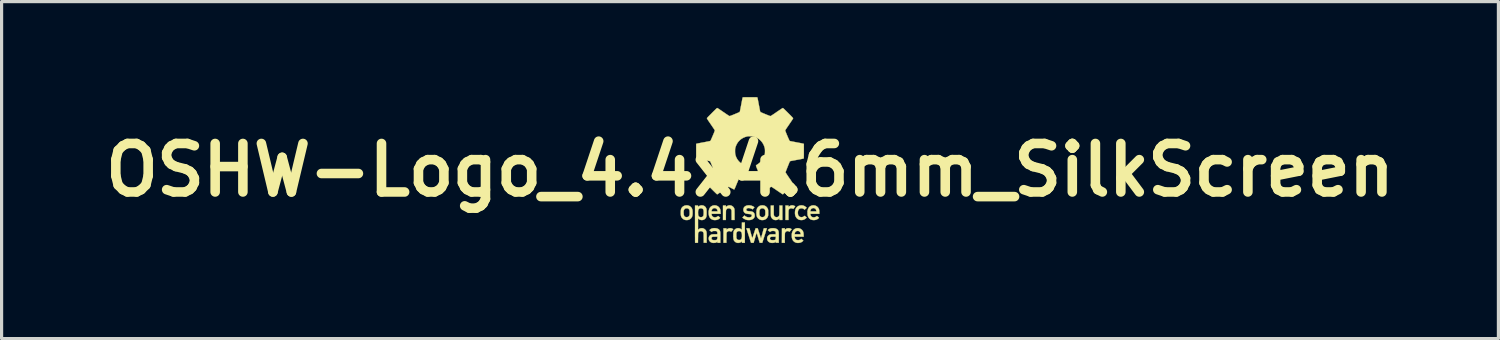
<source format=kicad_pcb>
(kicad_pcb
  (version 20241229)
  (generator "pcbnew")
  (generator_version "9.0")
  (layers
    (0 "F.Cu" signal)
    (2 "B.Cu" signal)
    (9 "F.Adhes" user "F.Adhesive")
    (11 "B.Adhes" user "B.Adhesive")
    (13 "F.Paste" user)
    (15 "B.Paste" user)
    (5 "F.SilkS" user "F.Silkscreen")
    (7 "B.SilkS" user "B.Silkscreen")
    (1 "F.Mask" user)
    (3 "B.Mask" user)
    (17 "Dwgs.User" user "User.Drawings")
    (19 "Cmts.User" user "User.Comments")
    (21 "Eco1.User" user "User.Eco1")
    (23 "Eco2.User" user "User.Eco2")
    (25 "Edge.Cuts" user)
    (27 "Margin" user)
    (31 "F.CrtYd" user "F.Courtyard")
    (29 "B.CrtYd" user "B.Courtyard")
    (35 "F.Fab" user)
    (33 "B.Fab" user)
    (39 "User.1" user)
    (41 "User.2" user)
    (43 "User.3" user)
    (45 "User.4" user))
  (footprint "OSHW-Logo_4.4x4.6mm_SilkScreen"
    (layer "F.Cu")
    (at 20.509 2.291)
    (property "Reference" "OSHW-Logo_4.4x4.6mm_SilkScreen" (at 0 0 0) (layer "F.SilkS") (effects (font (size 1.524 1.524) (thickness 0.3))))
    (attr through_hole)
    (fp_poly (pts (xy 1.349 1.11) (xy 1.362 1.113) (xy 1.377 1.119) (xy 1.392 1.125) (xy 1.405 1.131) (xy 1.414 1.137) (xy 1.418 1.141) (xy 1.416 1.146) (xy 1.41 1.155) (xy 1.401 1.167) (xy 1.39 1.181) (xy 1.387 1.184) (xy 1.356 1.222) (xy 1.341 1.212) (xy 1.33 1.207) (xy 1.318 1.203) (xy 1.302 1.202) (xy 1.277 1.202) (xy 1.257 1.208) (xy 1.24 1.219) (xy 1.233 1.226) (xy 1.227 1.232) (xy 1.222 1.237) (xy 1.218 1.244) (xy 1.215 1.251) (xy 1.213 1.26) (xy 1.211 1.272) (xy 1.21 1.287) (xy 1.209 1.307) (xy 1.209 1.33) (xy 1.208 1.36) (xy 1.208 1.395) (xy 1.208 1.419) (xy 1.208 1.568) (xy 1.114 1.568) (xy 1.114 1.114) (xy 1.208 1.114) (xy 1.208 1.161) (xy 1.223 1.147) (xy 1.246 1.13) (xy 1.272 1.118) (xy 1.302 1.11) (xy 1.331 1.108) (xy 1.349 1.11)) (stroke (width 0.01) (type solid)) (fill yes) (layer "F.SilkS"))
    (fp_poly (pts (xy 1.258 1.833) (xy 1.266 1.836) (xy 1.28 1.842) (xy 1.292 1.848) (xy 1.297 1.852) (xy 1.308 1.861) (xy 1.287 1.886) (xy 1.276 1.899) (xy 1.265 1.912) (xy 1.256 1.922) (xy 1.255 1.924) (xy 1.243 1.938) (xy 1.226 1.929) (xy 1.203 1.92) (xy 1.179 1.917) (xy 1.156 1.921) (xy 1.135 1.93) (xy 1.119 1.943) (xy 1.114 1.949) (xy 1.109 1.954) (xy 1.105 1.961) (xy 1.102 1.968) (xy 1.099 1.977) (xy 1.097 1.988) (xy 1.096 2.003) (xy 1.095 2.021) (xy 1.094 2.045) (xy 1.094 2.073) (xy 1.093 2.108) (xy 1.093 2.136) (xy 1.092 2.286) (xy 1.001 2.286) (xy 1.003 1.831) (xy 1.048 1.83) (xy 1.092 1.829) (xy 1.092 1.852) (xy 1.093 1.864) (xy 1.093 1.873) (xy 1.094 1.876) (xy 1.098 1.874) (xy 1.105 1.868) (xy 1.111 1.863) (xy 1.136 1.845) (xy 1.164 1.833) (xy 1.195 1.827) (xy 1.227 1.827) (xy 1.258 1.833)) (stroke (width 0.01) (type solid)) (fill yes) (layer "F.SilkS"))
    (fp_poly (pts (xy -0.579 1.832) (xy -0.55 1.845) (xy -0.539 1.851) (xy -0.526 1.86) (xy -0.559 1.899) (xy -0.571 1.913) (xy -0.581 1.925) (xy -0.589 1.933) (xy -0.593 1.937) (xy -0.593 1.938) (xy -0.597 1.936) (xy -0.604 1.932) (xy -0.61 1.929) (xy -0.633 1.92) (xy -0.656 1.917) (xy -0.679 1.92) (xy -0.7 1.93) (xy -0.718 1.944) (xy -0.728 1.958) (xy -0.738 1.976) (xy -0.74 2.13) (xy -0.742 2.284) (xy -0.787 2.285) (xy -0.807 2.285) (xy -0.82 2.285) (xy -0.829 2.284) (xy -0.832 2.282) (xy -0.833 2.282) (xy -0.833 2.277) (xy -0.833 2.266) (xy -0.834 2.249) (xy -0.834 2.227) (xy -0.834 2.2) (xy -0.834 2.169) (xy -0.834 2.134) (xy -0.834 2.097) (xy -0.834 2.057) (xy -0.834 2.054) (xy -0.833 1.831) (xy -0.742 1.831) (xy -0.741 1.854) (xy -0.74 1.876) (xy -0.726 1.864) (xy -0.7 1.845) (xy -0.672 1.833) (xy -0.641 1.827) (xy -0.61 1.826) (xy -0.579 1.832)) (stroke (width 0.01) (type solid)) (fill yes) (layer "F.SilkS"))
    (fp_poly (pts (xy -0.6 1.114) (xy -0.572 1.124) (xy -0.547 1.14) (xy -0.525 1.16) (xy -0.507 1.184) (xy -0.494 1.212) (xy -0.49 1.227) (xy -0.489 1.234) (xy -0.488 1.248) (xy -0.488 1.268) (xy -0.487 1.294) (xy -0.487 1.324) (xy -0.486 1.358) (xy -0.486 1.396) (xy -0.486 1.405) (xy -0.486 1.568) (xy -0.577 1.568) (xy -0.578 1.418) (xy -0.579 1.268) (xy -0.59 1.246) (xy -0.603 1.226) (xy -0.62 1.213) (xy -0.64 1.204) (xy -0.661 1.202) (xy -0.676 1.202) (xy -0.69 1.203) (xy -0.699 1.205) (xy -0.715 1.213) (xy -0.73 1.226) (xy -0.743 1.242) (xy -0.749 1.252) (xy -0.751 1.256) (xy -0.752 1.261) (xy -0.754 1.266) (xy -0.755 1.274) (xy -0.755 1.284) (xy -0.756 1.297) (xy -0.757 1.314) (xy -0.757 1.335) (xy -0.757 1.362) (xy -0.758 1.396) (xy -0.758 1.418) (xy -0.759 1.568) (xy -0.849 1.568) (xy -0.849 1.114) (xy -0.758 1.114) (xy -0.758 1.162) (xy -0.741 1.146) (xy -0.715 1.128) (xy -0.687 1.116) (xy -0.658 1.109) (xy -0.628 1.109) (xy -0.6 1.114)) (stroke (width 0.01) (type solid)) (fill yes) (layer "F.SilkS"))
    (fp_poly (pts (xy 0.745 1.264) (xy 0.745 1.301) (xy 0.745 1.331) (xy 0.745 1.356) (xy 0.746 1.375) (xy 0.746 1.391) (xy 0.747 1.402) (xy 0.748 1.411) (xy 0.749 1.417) (xy 0.75 1.423) (xy 0.752 1.427) (xy 0.753 1.43) (xy 0.767 1.451) (xy 0.783 1.466) (xy 0.804 1.476) (xy 0.825 1.48) (xy 0.849 1.48) (xy 0.868 1.475) (xy 0.885 1.465) (xy 0.896 1.456) (xy 0.902 1.449) (xy 0.907 1.443) (xy 0.912 1.437) (xy 0.915 1.43) (xy 0.918 1.421) (xy 0.92 1.41) (xy 0.921 1.396) (xy 0.922 1.377) (xy 0.923 1.355) (xy 0.924 1.327) (xy 0.924 1.293) (xy 0.924 1.262) (xy 0.926 1.114) (xy 1.016 1.114) (xy 1.016 1.568) (xy 0.925 1.568) (xy 0.925 1.544) (xy 0.925 1.532) (xy 0.923 1.523) (xy 0.922 1.52) (xy 0.918 1.523) (xy 0.918 1.524) (xy 0.915 1.528) (xy 0.908 1.535) (xy 0.897 1.543) (xy 0.885 1.551) (xy 0.873 1.558) (xy 0.863 1.562) (xy 0.84 1.568) (xy 0.814 1.571) (xy 0.788 1.571) (xy 0.782 1.57) (xy 0.754 1.563) (xy 0.726 1.55) (xy 0.702 1.531) (xy 0.682 1.508) (xy 0.666 1.481) (xy 0.657 1.455) (xy 0.656 1.447) (xy 0.655 1.433) (xy 0.655 1.413) (xy 0.654 1.388) (xy 0.654 1.358) (xy 0.653 1.323) (xy 0.653 1.286) (xy 0.653 1.276) (xy 0.653 1.114) (xy 0.744 1.114) (xy 0.745 1.264)) (stroke (width 0.01) (type solid)) (fill yes) (layer "F.SilkS"))
    (fp_poly (pts (xy 1.653 1.112) (xy 1.688 1.121) (xy 1.72 1.137) (xy 1.751 1.159) (xy 1.757 1.165) (xy 1.78 1.186) (xy 1.758 1.206) (xy 1.746 1.217) (xy 1.734 1.228) (xy 1.725 1.235) (xy 1.724 1.236) (xy 1.713 1.245) (xy 1.698 1.232) (xy 1.675 1.215) (xy 1.65 1.205) (xy 1.623 1.201) (xy 1.62 1.201) (xy 1.589 1.204) (xy 1.563 1.212) (xy 1.542 1.226) (xy 1.526 1.245) (xy 1.513 1.27) (xy 1.506 1.301) (xy 1.503 1.324) (xy 1.503 1.35) (xy 1.505 1.376) (xy 1.509 1.399) (xy 1.511 1.407) (xy 1.522 1.432) (xy 1.539 1.452) (xy 1.56 1.467) (xy 1.585 1.476) (xy 1.608 1.48) (xy 1.635 1.479) (xy 1.659 1.473) (xy 1.681 1.462) (xy 1.693 1.453) (xy 1.702 1.446) (xy 1.708 1.441) (xy 1.714 1.44) (xy 1.72 1.442) (xy 1.728 1.447) (xy 1.739 1.457) (xy 1.754 1.471) (xy 1.754 1.471) (xy 1.78 1.495) (xy 1.757 1.516) (xy 1.727 1.54) (xy 1.693 1.557) (xy 1.657 1.568) (xy 1.619 1.572) (xy 1.593 1.571) (xy 1.555 1.564) (xy 1.52 1.551) (xy 1.49 1.532) (xy 1.465 1.508) (xy 1.444 1.478) (xy 1.437 1.465) (xy 1.424 1.434) (xy 1.416 1.4) (xy 1.412 1.363) (xy 1.412 1.341) (xy 1.414 1.3) (xy 1.42 1.263) (xy 1.431 1.229) (xy 1.436 1.217) (xy 1.455 1.185) (xy 1.479 1.159) (xy 1.507 1.137) (xy 1.54 1.122) (xy 1.575 1.112) (xy 1.614 1.109) (xy 1.615 1.109) (xy 1.653 1.112)) (stroke (width 0.01) (type solid)) (fill yes) (layer "F.SilkS"))
    (fp_poly (pts (xy -1.078 1.112) (xy -1.043 1.121) (xy -1.012 1.137) (xy -0.984 1.159) (xy -0.961 1.187) (xy -0.957 1.192) (xy -0.947 1.209) (xy -0.939 1.226) (xy -0.934 1.245) (xy -0.93 1.267) (xy -0.927 1.293) (xy -0.926 1.318) (xy -0.924 1.375) (xy -1.208 1.375) (xy -1.208 1.387) (xy -1.205 1.413) (xy -1.195 1.435) (xy -1.18 1.455) (xy -1.16 1.471) (xy -1.135 1.482) (xy -1.117 1.486) (xy -1.094 1.486) (xy -1.069 1.482) (xy -1.045 1.473) (xy -1.022 1.46) (xy -1.013 1.453) (xy -1.001 1.444) (xy -0.973 1.467) (xy -0.958 1.48) (xy -0.947 1.489) (xy -0.941 1.496) (xy -0.94 1.501) (xy -0.943 1.507) (xy -0.949 1.513) (xy -0.956 1.52) (xy -0.986 1.542) (xy -1.019 1.558) (xy -1.056 1.568) (xy -1.097 1.572) (xy -1.129 1.571) (xy -1.164 1.564) (xy -1.197 1.551) (xy -1.226 1.533) (xy -1.251 1.51) (xy -1.27 1.483) (xy -1.273 1.477) (xy -1.284 1.45) (xy -1.293 1.417) (xy -1.298 1.381) (xy -1.3 1.344) (xy -1.299 1.306) (xy -1.296 1.289) (xy -1.208 1.289) (xy -1.208 1.299) (xy -1.02 1.299) (xy -1.02 1.289) (xy -1.023 1.266) (xy -1.032 1.244) (xy -1.047 1.224) (xy -1.065 1.208) (xy -1.072 1.204) (xy -1.089 1.198) (xy -1.109 1.196) (xy -1.13 1.196) (xy -1.149 1.201) (xy -1.156 1.204) (xy -1.175 1.217) (xy -1.19 1.235) (xy -1.201 1.257) (xy -1.208 1.279) (xy -1.208 1.289) (xy -1.296 1.289) (xy -1.294 1.27) (xy -1.29 1.252) (xy -1.277 1.215) (xy -1.26 1.183) (xy -1.238 1.157) (xy -1.211 1.136) (xy -1.181 1.121) (xy -1.147 1.112) (xy -1.116 1.109) (xy -1.078 1.112)) (stroke (width 0.01) (type solid)) (fill yes) (layer "F.SilkS"))
    (fp_poly (pts (xy -0.163 2.286) (xy -0.254 2.286) (xy -0.254 2.238) (xy -0.268 2.251) (xy -0.293 2.269) (xy -0.322 2.281) (xy -0.353 2.288) (xy -0.385 2.289) (xy -0.416 2.283) (xy -0.419 2.282) (xy -0.445 2.271) (xy -0.469 2.254) (xy -0.49 2.233) (xy -0.506 2.21) (xy -0.514 2.19) (xy -0.517 2.172) (xy -0.521 2.149) (xy -0.523 2.121) (xy -0.524 2.09) (xy -0.525 2.058) (xy -0.525 2.057) (xy -0.43 2.057) (xy -0.43 2.083) (xy -0.43 2.102) (xy -0.429 2.116) (xy -0.429 2.126) (xy -0.427 2.134) (xy -0.425 2.141) (xy -0.423 2.147) (xy -0.42 2.152) (xy -0.408 2.172) (xy -0.393 2.186) (xy -0.373 2.194) (xy -0.35 2.197) (xy -0.336 2.197) (xy -0.317 2.195) (xy -0.301 2.189) (xy -0.296 2.187) (xy -0.282 2.175) (xy -0.271 2.16) (xy -0.263 2.139) (xy -0.257 2.113) (xy -0.254 2.081) (xy -0.254 2.057) (xy -0.255 2.024) (xy -0.258 1.997) (xy -0.263 1.975) (xy -0.27 1.957) (xy -0.28 1.943) (xy -0.288 1.935) (xy -0.305 1.925) (xy -0.326 1.918) (xy -0.349 1.917) (xy -0.371 1.92) (xy -0.388 1.927) (xy -0.4 1.934) (xy -0.409 1.943) (xy -0.417 1.956) (xy -0.422 1.965) (xy -0.424 1.972) (xy -0.427 1.978) (xy -0.428 1.985) (xy -0.429 1.995) (xy -0.43 2.008) (xy -0.43 2.026) (xy -0.43 2.049) (xy -0.43 2.057) (xy -0.525 2.057) (xy -0.525 2.025) (xy -0.523 1.995) (xy -0.521 1.967) (xy -0.518 1.944) (xy -0.517 1.94) (xy -0.51 1.915) (xy -0.499 1.894) (xy -0.482 1.874) (xy -0.477 1.868) (xy -0.451 1.848) (xy -0.423 1.834) (xy -0.393 1.827) (xy -0.362 1.826) (xy -0.331 1.832) (xy -0.301 1.844) (xy -0.272 1.863) (xy -0.272 1.863) (xy -0.256 1.876) (xy -0.254 1.647) (xy -0.163 1.647) (xy -0.163 2.286)) (stroke (width 0.01) (type solid)) (fill yes) (layer "F.SilkS"))
    (fp_poly (pts (xy 2.02 1.111) (xy 2.052 1.118) (xy 2.082 1.132) (xy 2.11 1.151) (xy 2.126 1.166) (xy 2.143 1.187) (xy 2.157 1.209) (xy 2.166 1.233) (xy 2.173 1.26) (xy 2.176 1.292) (xy 2.177 1.325) (xy 2.177 1.375) (xy 1.893 1.375) (xy 1.896 1.394) (xy 1.9 1.414) (xy 1.908 1.434) (xy 1.919 1.451) (xy 1.928 1.461) (xy 1.95 1.475) (xy 1.975 1.484) (xy 2.002 1.486) (xy 2.03 1.483) (xy 2.056 1.475) (xy 2.08 1.461) (xy 2.091 1.452) (xy 2.095 1.448) (xy 2.098 1.446) (xy 2.102 1.446) (xy 2.106 1.448) (xy 2.114 1.453) (xy 2.124 1.462) (xy 2.139 1.475) (xy 2.15 1.484) (xy 2.159 1.493) (xy 2.165 1.498) (xy 2.166 1.499) (xy 2.164 1.504) (xy 2.157 1.511) (xy 2.147 1.521) (xy 2.134 1.53) (xy 2.12 1.54) (xy 2.106 1.548) (xy 2.104 1.549) (xy 2.071 1.563) (xy 2.036 1.57) (xy 1.999 1.572) (xy 1.978 1.571) (xy 1.94 1.564) (xy 1.906 1.552) (xy 1.877 1.533) (xy 1.853 1.509) (xy 1.833 1.48) (xy 1.817 1.444) (xy 1.812 1.426) (xy 1.809 1.414) (xy 1.807 1.401) (xy 1.806 1.385) (xy 1.805 1.364) (xy 1.805 1.341) (xy 1.806 1.311) (xy 1.806 1.299) (xy 1.893 1.299) (xy 2.087 1.299) (xy 2.084 1.285) (xy 2.077 1.257) (xy 2.066 1.233) (xy 2.052 1.216) (xy 2.046 1.212) (xy 2.032 1.204) (xy 2.013 1.197) (xy 1.996 1.194) (xy 1.99 1.194) (xy 1.973 1.196) (xy 1.954 1.202) (xy 1.937 1.21) (xy 1.929 1.216) (xy 1.917 1.23) (xy 1.906 1.249) (xy 1.898 1.269) (xy 1.896 1.282) (xy 1.893 1.299) (xy 1.806 1.299) (xy 1.807 1.287) (xy 1.81 1.267) (xy 1.814 1.249) (xy 1.82 1.232) (xy 1.828 1.213) (xy 1.831 1.206) (xy 1.848 1.177) (xy 1.87 1.153) (xy 1.896 1.134) (xy 1.925 1.12) (xy 1.956 1.112) (xy 1.988 1.108) (xy 2.02 1.111)) (stroke (width 0.01) (type solid)) (fill yes) (layer "F.SilkS"))
    (fp_poly (pts (xy -1.961 1.11) (xy -1.925 1.119) (xy -1.893 1.133) (xy -1.866 1.154) (xy -1.842 1.179) (xy -1.824 1.208) (xy -1.812 1.242) (xy -1.809 1.258) (xy -1.806 1.277) (xy -1.805 1.302) (xy -1.804 1.33) (xy -1.804 1.359) (xy -1.805 1.386) (xy -1.807 1.41) (xy -1.809 1.424) (xy -1.818 1.459) (xy -1.834 1.49) (xy -1.854 1.517) (xy -1.88 1.539) (xy -1.909 1.556) (xy -1.942 1.567) (xy -1.978 1.572) (xy -2.016 1.571) (xy -2.017 1.571) (xy -2.049 1.564) (xy -2.078 1.553) (xy -2.104 1.535) (xy -2.128 1.513) (xy -2.142 1.497) (xy -2.153 1.48) (xy -2.161 1.463) (xy -2.167 1.443) (xy -2.172 1.42) (xy -2.174 1.393) (xy -2.175 1.36) (xy -2.175 1.356) (xy -2.086 1.356) (xy -2.083 1.389) (xy -2.078 1.416) (xy -2.069 1.438) (xy -2.057 1.455) (xy -2.041 1.468) (xy -2.025 1.475) (xy -2.009 1.479) (xy -1.988 1.48) (xy -1.967 1.477) (xy -1.949 1.472) (xy -1.944 1.47) (xy -1.926 1.458) (xy -1.912 1.439) (xy -1.901 1.417) (xy -1.899 1.406) (xy -1.897 1.389) (xy -1.896 1.369) (xy -1.896 1.347) (xy -1.896 1.323) (xy -1.897 1.301) (xy -1.899 1.282) (xy -1.901 1.267) (xy -1.903 1.259) (xy -1.913 1.238) (xy -1.928 1.222) (xy -1.947 1.21) (xy -1.958 1.205) (xy -1.967 1.202) (xy -1.978 1.201) (xy -1.993 1.202) (xy -1.996 1.202) (xy -2.02 1.205) (xy -2.039 1.212) (xy -2.054 1.224) (xy -2.067 1.24) (xy -2.071 1.248) (xy -2.076 1.259) (xy -2.08 1.268) (xy -2.082 1.278) (xy -2.084 1.29) (xy -2.085 1.306) (xy -2.085 1.317) (xy -2.086 1.356) (xy -2.175 1.356) (xy -2.175 1.339) (xy -2.175 1.305) (xy -2.173 1.277) (xy -2.171 1.254) (xy -2.167 1.234) (xy -2.161 1.217) (xy -2.154 1.202) (xy -2.144 1.186) (xy -2.138 1.178) (xy -2.115 1.153) (xy -2.087 1.134) (xy -2.056 1.119) (xy -2.022 1.111) (xy -1.986 1.108) (xy -1.961 1.11)) (stroke (width 0.01) (type solid)) (fill yes) (layer "F.SilkS"))
    (fp_poly (pts (xy 1.527 1.828) (xy 1.559 1.835) (xy 1.59 1.849) (xy 1.618 1.869) (xy 1.63 1.879) (xy 1.648 1.9) (xy 1.662 1.923) (xy 1.672 1.947) (xy 1.679 1.976) (xy 1.683 2.009) (xy 1.684 2.042) (xy 1.684 2.094) (xy 1.4 2.094) (xy 1.403 2.111) (xy 1.41 2.139) (xy 1.423 2.163) (xy 1.441 2.182) (xy 1.457 2.193) (xy 1.465 2.197) (xy 1.474 2.199) (xy 1.486 2.2) (xy 1.503 2.201) (xy 1.508 2.201) (xy 1.525 2.201) (xy 1.537 2.2) (xy 1.547 2.198) (xy 1.557 2.194) (xy 1.568 2.189) (xy 1.581 2.182) (xy 1.593 2.174) (xy 1.6 2.168) (xy 1.608 2.159) (xy 1.641 2.187) (xy 1.653 2.198) (xy 1.664 2.207) (xy 1.67 2.214) (xy 1.673 2.217) (xy 1.67 2.222) (xy 1.663 2.229) (xy 1.653 2.238) (xy 1.641 2.248) (xy 1.629 2.257) (xy 1.618 2.264) (xy 1.616 2.265) (xy 1.588 2.277) (xy 1.556 2.285) (xy 1.522 2.289) (xy 1.488 2.289) (xy 1.46 2.285) (xy 1.431 2.276) (xy 1.402 2.262) (xy 1.376 2.242) (xy 1.354 2.219) (xy 1.339 2.196) (xy 1.329 2.174) (xy 1.321 2.152) (xy 1.316 2.13) (xy 1.313 2.104) (xy 1.312 2.075) (xy 1.312 2.059) (xy 1.312 2.028) (xy 1.313 2.016) (xy 1.401 2.016) (xy 1.404 2.017) (xy 1.414 2.017) (xy 1.429 2.017) (xy 1.449 2.017) (xy 1.472 2.017) (xy 1.497 2.017) (xy 1.594 2.017) (xy 1.591 2) (xy 1.585 1.976) (xy 1.574 1.954) (xy 1.56 1.936) (xy 1.543 1.923) (xy 1.529 1.916) (xy 1.509 1.913) (xy 1.486 1.913) (xy 1.466 1.916) (xy 1.465 1.916) (xy 1.45 1.924) (xy 1.434 1.936) (xy 1.421 1.95) (xy 1.415 1.959) (xy 1.412 1.968) (xy 1.408 1.981) (xy 1.404 1.996) (xy 1.401 2.009) (xy 1.401 2.016) (xy 1.313 2.016) (xy 1.314 2.003) (xy 1.317 1.981) (xy 1.323 1.961) (xy 1.33 1.941) (xy 1.338 1.924) (xy 1.355 1.895) (xy 1.377 1.871) (xy 1.403 1.852) (xy 1.432 1.838) (xy 1.463 1.829) (xy 1.495 1.826) (xy 1.527 1.828)) (stroke (width 0.01) (type solid)) (fill yes) (layer "F.SilkS"))
    (fp_poly (pts (xy 0.421 1.111) (xy 0.449 1.117) (xy 0.474 1.127) (xy 0.487 1.135) (xy 0.514 1.155) (xy 0.536 1.18) (xy 0.554 1.208) (xy 0.563 1.231) (xy 0.566 1.24) (xy 0.568 1.249) (xy 0.569 1.258) (xy 0.57 1.269) (xy 0.571 1.283) (xy 0.571 1.302) (xy 0.571 1.326) (xy 0.571 1.343) (xy 0.571 1.37) (xy 0.571 1.391) (xy 0.571 1.408) (xy 0.57 1.42) (xy 0.569 1.43) (xy 0.567 1.438) (xy 0.565 1.445) (xy 0.563 1.451) (xy 0.548 1.484) (xy 0.529 1.511) (xy 0.505 1.534) (xy 0.492 1.543) (xy 0.46 1.559) (xy 0.425 1.569) (xy 0.388 1.572) (xy 0.361 1.571) (xy 0.327 1.564) (xy 0.295 1.55) (xy 0.267 1.53) (xy 0.249 1.513) (xy 0.235 1.496) (xy 0.224 1.478) (xy 0.215 1.46) (xy 0.209 1.438) (xy 0.205 1.414) (xy 0.203 1.384) (xy 0.202 1.349) (xy 0.202 1.346) (xy 0.293 1.346) (xy 0.294 1.37) (xy 0.295 1.391) (xy 0.297 1.409) (xy 0.299 1.416) (xy 0.309 1.439) (xy 0.325 1.458) (xy 0.346 1.472) (xy 0.346 1.472) (xy 0.368 1.479) (xy 0.391 1.48) (xy 0.415 1.477) (xy 0.436 1.469) (xy 0.437 1.468) (xy 0.455 1.454) (xy 0.469 1.434) (xy 0.478 1.41) (xy 0.479 1.405) (xy 0.481 1.392) (xy 0.482 1.374) (xy 0.482 1.351) (xy 0.482 1.328) (xy 0.481 1.306) (xy 0.48 1.289) (xy 0.479 1.277) (xy 0.477 1.267) (xy 0.475 1.259) (xy 0.472 1.254) (xy 0.463 1.236) (xy 0.452 1.223) (xy 0.437 1.213) (xy 0.43 1.21) (xy 0.409 1.203) (xy 0.385 1.201) (xy 0.36 1.204) (xy 0.354 1.206) (xy 0.337 1.214) (xy 0.321 1.228) (xy 0.307 1.246) (xy 0.299 1.264) (xy 0.297 1.278) (xy 0.295 1.298) (xy 0.293 1.321) (xy 0.293 1.346) (xy 0.202 1.346) (xy 0.202 1.339) (xy 0.203 1.302) (xy 0.205 1.271) (xy 0.209 1.245) (xy 0.215 1.222) (xy 0.224 1.203) (xy 0.235 1.185) (xy 0.25 1.168) (xy 0.251 1.166) (xy 0.276 1.144) (xy 0.302 1.127) (xy 0.33 1.116) (xy 0.362 1.111) (xy 0.388 1.109) (xy 0.421 1.111)) (stroke (width 0.01) (type solid)) (fill yes) (layer "F.SilkS"))
    (fp_poly (pts (xy -0.003 1.11) (xy 0.037 1.118) (xy 0.074 1.131) (xy 0.108 1.148) (xy 0.129 1.163) (xy 0.138 1.17) (xy 0.121 1.19) (xy 0.11 1.202) (xy 0.1 1.214) (xy 0.093 1.223) (xy 0.083 1.235) (xy 0.062 1.223) (xy 0.033 1.21) (xy 0.004 1.201) (xy -0.024 1.195) (xy -0.05 1.194) (xy -0.073 1.198) (xy -0.093 1.205) (xy -0.104 1.214) (xy -0.111 1.222) (xy -0.115 1.23) (xy -0.116 1.24) (xy -0.116 1.245) (xy -0.115 1.258) (xy -0.113 1.267) (xy -0.108 1.273) (xy -0.101 1.278) (xy -0.094 1.282) (xy -0.085 1.286) (xy -0.074 1.288) (xy -0.058 1.29) (xy -0.037 1.293) (xy -0.021 1.294) (xy 0.009 1.297) (xy 0.033 1.3) (xy 0.051 1.303) (xy 0.066 1.307) (xy 0.079 1.312) (xy 0.09 1.318) (xy 0.095 1.321) (xy 0.116 1.338) (xy 0.131 1.359) (xy 0.141 1.384) (xy 0.146 1.413) (xy 0.147 1.43) (xy 0.147 1.447) (xy 0.146 1.46) (xy 0.143 1.47) (xy 0.139 1.48) (xy 0.137 1.485) (xy 0.122 1.509) (xy 0.101 1.53) (xy 0.074 1.547) (xy 0.044 1.56) (xy 0.009 1.569) (xy -0.029 1.572) (xy -0.069 1.571) (xy -0.071 1.571) (xy -0.087 1.569) (xy -0.102 1.566) (xy -0.112 1.564) (xy -0.132 1.558) (xy -0.153 1.548) (xy -0.175 1.537) (xy -0.197 1.525) (xy -0.215 1.512) (xy -0.228 1.501) (xy -0.23 1.499) (xy -0.237 1.491) (xy -0.175 1.428) (xy -0.159 1.442) (xy -0.137 1.458) (xy -0.109 1.472) (xy -0.079 1.481) (xy -0.048 1.486) (xy -0.018 1.486) (xy -0.015 1.486) (xy 0.004 1.482) (xy 0.022 1.476) (xy 0.037 1.467) (xy 0.048 1.458) (xy 0.049 1.456) (xy 0.054 1.443) (xy 0.056 1.429) (xy 0.054 1.415) (xy 0.049 1.404) (xy 0.049 1.404) (xy 0.043 1.398) (xy 0.035 1.393) (xy 0.025 1.39) (xy 0.012 1.386) (xy -0.006 1.384) (xy -0.03 1.381) (xy -0.037 1.381) (xy -0.069 1.377) (xy -0.095 1.374) (xy -0.116 1.369) (xy -0.134 1.364) (xy -0.148 1.357) (xy -0.161 1.348) (xy -0.171 1.34) (xy -0.188 1.32) (xy -0.2 1.296) (xy -0.208 1.269) (xy -0.209 1.24) (xy -0.207 1.222) (xy -0.198 1.192) (xy -0.183 1.166) (xy -0.162 1.145) (xy -0.136 1.129) (xy -0.119 1.121) (xy -0.082 1.112) (xy -0.043 1.108) (xy -0.003 1.11)) (stroke (width 0.01) (type solid)) (fill yes) (layer "F.SilkS"))
    (fp_poly (pts (xy -1.074 1.828) (xy -1.038 1.835) (xy -1.006 1.847) (xy -0.981 1.863) (xy -0.96 1.884) (xy -0.946 1.909) (xy -0.937 1.939) (xy -0.936 1.939) (xy -0.935 1.949) (xy -0.935 1.965) (xy -0.934 1.988) (xy -0.933 2.017) (xy -0.933 2.051) (xy -0.933 2.09) (xy -0.933 2.123) (xy -0.933 2.286) (xy -1.023 2.286) (xy -1.023 2.245) (xy -1.037 2.258) (xy -1.051 2.27) (xy -1.066 2.278) (xy -1.084 2.284) (xy -1.107 2.287) (xy -1.128 2.288) (xy -1.154 2.289) (xy -1.174 2.287) (xy -1.189 2.284) (xy -1.19 2.284) (xy -1.221 2.272) (xy -1.248 2.256) (xy -1.269 2.236) (xy -1.285 2.212) (xy -1.288 2.204) (xy -1.295 2.18) (xy -1.297 2.154) (xy -1.297 2.145) (xy -1.212 2.145) (xy -1.21 2.161) (xy -1.202 2.177) (xy -1.191 2.187) (xy -1.181 2.193) (xy -1.17 2.198) (xy -1.155 2.2) (xy -1.137 2.201) (xy -1.113 2.202) (xy -1.11 2.201) (xy -1.09 2.201) (xy -1.076 2.2) (xy -1.066 2.199) (xy -1.058 2.196) (xy -1.052 2.193) (xy -1.041 2.185) (xy -1.033 2.172) (xy -1.028 2.156) (xy -1.025 2.133) (xy -1.024 2.126) (xy -1.022 2.093) (xy -1.098 2.094) (xy -1.124 2.095) (xy -1.144 2.095) (xy -1.159 2.096) (xy -1.17 2.097) (xy -1.177 2.099) (xy -1.183 2.101) (xy -1.186 2.102) (xy -1.2 2.113) (xy -1.208 2.128) (xy -1.212 2.145) (xy -1.297 2.145) (xy -1.296 2.129) (xy -1.291 2.105) (xy -1.288 2.097) (xy -1.273 2.072) (xy -1.255 2.052) (xy -1.232 2.036) (xy -1.212 2.026) (xy -1.206 2.024) (xy -1.198 2.022) (xy -1.188 2.021) (xy -1.175 2.02) (xy -1.158 2.019) (xy -1.135 2.018) (xy -1.11 2.018) (xy -1.025 2.016) (xy -1.025 1.982) (xy -1.026 1.962) (xy -1.029 1.947) (xy -1.034 1.936) (xy -1.043 1.928) (xy -1.054 1.921) (xy -1.061 1.918) (xy -1.07 1.916) (xy -1.08 1.915) (xy -1.095 1.914) (xy -1.115 1.914) (xy -1.116 1.914) (xy -1.139 1.914) (xy -1.157 1.916) (xy -1.17 1.919) (xy -1.18 1.923) (xy -1.189 1.93) (xy -1.196 1.936) (xy -1.204 1.945) (xy -1.239 1.919) (xy -1.252 1.909) (xy -1.263 1.9) (xy -1.271 1.894) (xy -1.274 1.89) (xy -1.274 1.89) (xy -1.271 1.887) (xy -1.265 1.88) (xy -1.255 1.87) (xy -1.252 1.868) (xy -1.23 1.851) (xy -1.205 1.838) (xy -1.176 1.83) (xy -1.142 1.826) (xy -1.116 1.825) (xy -1.074 1.828)) (stroke (width 0.01) (type solid)) (fill yes) (layer "F.SilkS"))
    (fp_poly (pts (xy 0.749 1.828) (xy 0.772 1.83) (xy 0.791 1.833) (xy 0.794 1.834) (xy 0.827 1.846) (xy 0.854 1.862) (xy 0.874 1.882) (xy 0.887 1.903) (xy 0.891 1.911) (xy 0.894 1.921) (xy 0.897 1.932) (xy 0.899 1.946) (xy 0.9 1.962) (xy 0.902 1.982) (xy 0.902 2.006) (xy 0.903 2.035) (xy 0.903 2.069) (xy 0.903 2.11) (xy 0.903 2.132) (xy 0.902 2.284) (xy 0.811 2.284) (xy 0.81 2.265) (xy 0.809 2.246) (xy 0.798 2.258) (xy 0.785 2.27) (xy 0.769 2.279) (xy 0.749 2.284) (xy 0.723 2.288) (xy 0.708 2.288) (xy 0.683 2.288) (xy 0.662 2.287) (xy 0.648 2.285) (xy 0.615 2.273) (xy 0.588 2.257) (xy 0.566 2.236) (xy 0.55 2.21) (xy 0.549 2.209) (xy 0.544 2.197) (xy 0.541 2.187) (xy 0.54 2.176) (xy 0.539 2.162) (xy 0.539 2.15) (xy 0.539 2.146) (xy 0.626 2.146) (xy 0.626 2.16) (xy 0.628 2.168) (xy 0.632 2.175) (xy 0.636 2.18) (xy 0.646 2.189) (xy 0.657 2.195) (xy 0.67 2.199) (xy 0.687 2.201) (xy 0.709 2.202) (xy 0.724 2.201) (xy 0.745 2.201) (xy 0.761 2.2) (xy 0.772 2.198) (xy 0.78 2.196) (xy 0.783 2.194) (xy 0.795 2.185) (xy 0.803 2.171) (xy 0.807 2.152) (xy 0.809 2.127) (xy 0.809 2.125) (xy 0.809 2.094) (xy 0.739 2.094) (xy 0.714 2.094) (xy 0.695 2.094) (xy 0.681 2.095) (xy 0.671 2.096) (xy 0.663 2.098) (xy 0.657 2.1) (xy 0.655 2.101) (xy 0.64 2.109) (xy 0.631 2.118) (xy 0.627 2.13) (xy 0.626 2.146) (xy 0.539 2.146) (xy 0.539 2.132) (xy 0.54 2.12) (xy 0.542 2.11) (xy 0.546 2.1) (xy 0.549 2.093) (xy 0.563 2.072) (xy 0.581 2.053) (xy 0.603 2.037) (xy 0.62 2.028) (xy 0.627 2.025) (xy 0.634 2.023) (xy 0.642 2.022) (xy 0.653 2.02) (xy 0.667 2.02) (xy 0.685 2.019) (xy 0.709 2.019) (xy 0.725 2.018) (xy 0.809 2.017) (xy 0.809 1.983) (xy 0.809 1.966) (xy 0.808 1.955) (xy 0.806 1.947) (xy 0.802 1.94) (xy 0.801 1.937) (xy 0.79 1.927) (xy 0.775 1.919) (xy 0.755 1.914) (xy 0.728 1.912) (xy 0.723 1.912) (xy 0.697 1.913) (xy 0.677 1.916) (xy 0.661 1.921) (xy 0.648 1.928) (xy 0.643 1.933) (xy 0.63 1.945) (xy 0.596 1.919) (xy 0.583 1.909) (xy 0.572 1.9) (xy 0.565 1.894) (xy 0.562 1.891) (xy 0.566 1.883) (xy 0.574 1.873) (xy 0.587 1.863) (xy 0.603 1.852) (xy 0.62 1.843) (xy 0.637 1.835) (xy 0.653 1.832) (xy 0.673 1.829) (xy 0.697 1.827) (xy 0.723 1.827) (xy 0.749 1.828)) (stroke (width 0.01) (type solid)) (fill yes) (layer "F.SilkS"))
    (fp_poly (pts (xy 0.224 1.829) (xy 0.234 1.83) (xy 0.239 1.832) (xy 0.242 1.835) (xy 0.242 1.835) (xy 0.244 1.84) (xy 0.248 1.851) (xy 0.253 1.867) (xy 0.26 1.888) (xy 0.268 1.913) (xy 0.277 1.941) (xy 0.287 1.972) (xy 0.294 1.993) (xy 0.304 2.025) (xy 0.314 2.054) (xy 0.323 2.08) (xy 0.33 2.103) (xy 0.337 2.122) (xy 0.341 2.135) (xy 0.344 2.143) (xy 0.345 2.144) (xy 0.346 2.141) (xy 0.349 2.131) (xy 0.354 2.116) (xy 0.36 2.096) (xy 0.366 2.072) (xy 0.374 2.044) (xy 0.383 2.014) (xy 0.388 1.995) (xy 0.396 1.963) (xy 0.405 1.933) (xy 0.412 1.905) (xy 0.419 1.882) (xy 0.424 1.862) (xy 0.429 1.848) (xy 0.431 1.839) (xy 0.432 1.837) (xy 0.434 1.834) (xy 0.436 1.831) (xy 0.442 1.83) (xy 0.45 1.829) (xy 0.464 1.829) (xy 0.48 1.829) (xy 0.498 1.829) (xy 0.512 1.83) (xy 0.523 1.83) (xy 0.527 1.831) (xy 0.527 1.832) (xy 0.526 1.835) (xy 0.524 1.846) (xy 0.519 1.861) (xy 0.513 1.882) (xy 0.505 1.907) (xy 0.496 1.935) (xy 0.487 1.966) (xy 0.476 1.999) (xy 0.475 2.003) (xy 0.463 2.039) (xy 0.452 2.075) (xy 0.441 2.109) (xy 0.43 2.142) (xy 0.421 2.171) (xy 0.413 2.197) (xy 0.406 2.217) (xy 0.403 2.229) (xy 0.384 2.286) (xy 0.344 2.285) (xy 0.304 2.284) (xy 0.256 2.126) (xy 0.247 2.093) (xy 0.238 2.063) (xy 0.229 2.036) (xy 0.222 2.012) (xy 0.216 1.993) (xy 0.212 1.979) (xy 0.209 1.97) (xy 0.208 1.968) (xy 0.207 1.972) (xy 0.203 1.982) (xy 0.198 1.999) (xy 0.191 2.022) (xy 0.182 2.051) (xy 0.172 2.086) (xy 0.16 2.125) (xy 0.147 2.17) (xy 0.132 2.22) (xy 0.12 2.26) (xy 0.112 2.286) (xy 0.073 2.286) (xy 0.056 2.286) (xy 0.043 2.285) (xy 0.034 2.284) (xy 0.032 2.283) (xy 0.03 2.279) (xy 0.027 2.269) (xy 0.022 2.254) (xy 0.015 2.233) (xy 0.007 2.209) (xy -0.002 2.181) (xy -0.011 2.15) (xy -0.022 2.118) (xy -0.033 2.084) (xy -0.043 2.05) (xy -0.054 2.016) (xy -0.065 1.983) (xy -0.075 1.951) (xy -0.084 1.921) (xy -0.093 1.895) (xy -0.1 1.872) (xy -0.106 1.854) (xy -0.11 1.84) (xy -0.112 1.833) (xy -0.112 1.831) (xy -0.109 1.83) (xy -0.1 1.83) (xy -0.086 1.829) (xy -0.069 1.83) (xy -0.064 1.83) (xy -0.016 1.831) (xy 0.027 1.989) (xy 0.036 2.022) (xy 0.044 2.052) (xy 0.052 2.079) (xy 0.059 2.102) (xy 0.065 2.121) (xy 0.069 2.134) (xy 0.072 2.142) (xy 0.073 2.144) (xy 0.074 2.139) (xy 0.078 2.129) (xy 0.083 2.113) (xy 0.09 2.092) (xy 0.098 2.068) (xy 0.107 2.04) (xy 0.117 2.009) (xy 0.123 1.99) (xy 0.134 1.959) (xy 0.143 1.929) (xy 0.152 1.902) (xy 0.16 1.879) (xy 0.166 1.86) (xy 0.171 1.846) (xy 0.174 1.837) (xy 0.175 1.835) (xy 0.178 1.832) (xy 0.183 1.83) (xy 0.193 1.829) (xy 0.208 1.829) (xy 0.209 1.829) (xy 0.224 1.829)) (stroke (width 0.01) (type solid)) (fill yes) (layer "F.SilkS"))
    (fp_poly (pts (xy -1.486 1.112) (xy -1.485 1.112) (xy -1.461 1.118) (xy -1.441 1.127) (xy -1.423 1.14) (xy -1.413 1.148) (xy -1.393 1.17) (xy -1.378 1.197) (xy -1.369 1.227) (xy -1.368 1.232) (xy -1.366 1.245) (xy -1.365 1.264) (xy -1.364 1.287) (xy -1.364 1.312) (xy -1.363 1.34) (xy -1.364 1.367) (xy -1.364 1.392) (xy -1.365 1.415) (xy -1.366 1.434) (xy -1.367 1.447) (xy -1.367 1.447) (xy -1.376 1.479) (xy -1.391 1.508) (xy -1.409 1.529) (xy -1.433 1.549) (xy -1.461 1.563) (xy -1.491 1.57) (xy -1.522 1.572) (xy -1.552 1.567) (xy -1.582 1.556) (xy -1.61 1.539) (xy -1.617 1.533) (xy -1.633 1.52) (xy -1.633 1.877) (xy -1.618 1.864) (xy -1.593 1.846) (xy -1.564 1.833) (xy -1.532 1.827) (xy -1.499 1.826) (xy -1.471 1.832) (xy -1.444 1.844) (xy -1.419 1.861) (xy -1.398 1.881) (xy -1.382 1.904) (xy -1.375 1.918) (xy -1.372 1.929) (xy -1.369 1.94) (xy -1.366 1.953) (xy -1.365 1.969) (xy -1.363 1.988) (xy -1.362 2.011) (xy -1.362 2.038) (xy -1.361 2.071) (xy -1.361 2.11) (xy -1.362 2.143) (xy -1.363 2.284) (xy -1.453 2.284) (xy -1.455 2.132) (xy -1.456 2.094) (xy -1.456 2.064) (xy -1.456 2.039) (xy -1.457 2.019) (xy -1.457 2.004) (xy -1.458 1.992) (xy -1.459 1.983) (xy -1.46 1.977) (xy -1.461 1.972) (xy -1.463 1.968) (xy -1.465 1.965) (xy -1.479 1.944) (xy -1.498 1.929) (xy -1.52 1.921) (xy -1.544 1.918) (xy -1.57 1.921) (xy -1.592 1.93) (xy -1.609 1.945) (xy -1.623 1.965) (xy -1.625 1.969) (xy -1.627 1.973) (xy -1.628 1.978) (xy -1.629 1.984) (xy -1.63 1.994) (xy -1.631 2.006) (xy -1.631 2.022) (xy -1.632 2.043) (xy -1.632 2.068) (xy -1.632 2.1) (xy -1.633 2.132) (xy -1.635 2.284) (xy -1.678 2.285) (xy -1.696 2.285) (xy -1.71 2.285) (xy -1.72 2.285) (xy -1.725 2.284) (xy -1.725 2.284) (xy -1.725 2.28) (xy -1.725 2.269) (xy -1.725 2.252) (xy -1.726 2.229) (xy -1.726 2.2) (xy -1.726 2.165) (xy -1.726 2.126) (xy -1.727 2.082) (xy -1.727 2.034) (xy -1.727 1.982) (xy -1.727 1.927) (xy -1.727 1.869) (xy -1.727 1.808) (xy -1.727 1.745) (xy -1.727 1.698) (xy -1.727 1.335) (xy -1.632 1.335) (xy -1.631 1.36) (xy -1.63 1.383) (xy -1.629 1.404) (xy -1.626 1.42) (xy -1.625 1.425) (xy -1.615 1.445) (xy -1.601 1.461) (xy -1.586 1.473) (xy -1.58 1.475) (xy -1.563 1.479) (xy -1.543 1.48) (xy -1.523 1.479) (xy -1.507 1.475) (xy -1.504 1.474) (xy -1.492 1.467) (xy -1.481 1.458) (xy -1.48 1.456) (xy -1.472 1.447) (xy -1.467 1.437) (xy -1.462 1.425) (xy -1.459 1.41) (xy -1.458 1.39) (xy -1.456 1.364) (xy -1.456 1.351) (xy -1.456 1.316) (xy -1.457 1.287) (xy -1.461 1.264) (xy -1.466 1.246) (xy -1.474 1.231) (xy -1.485 1.22) (xy -1.498 1.211) (xy -1.5 1.21) (xy -1.513 1.205) (xy -1.527 1.202) (xy -1.543 1.201) (xy -1.544 1.201) (xy -1.569 1.204) (xy -1.59 1.211) (xy -1.606 1.224) (xy -1.619 1.243) (xy -1.624 1.256) (xy -1.627 1.269) (xy -1.63 1.288) (xy -1.631 1.31) (xy -1.632 1.335) (xy -1.727 1.335) (xy -1.727 1.114) (xy -1.633 1.114) (xy -1.633 1.157) (xy -1.611 1.141) (xy -1.581 1.123) (xy -1.55 1.112) (xy -1.518 1.108) (xy -1.486 1.112)) (stroke (width 0.01) (type solid)) (fill yes) (layer "F.SilkS"))
    (fp_poly (pts (xy 0.046 -2.286) (xy 0.085 -2.286) (xy 0.118 -2.286) (xy 0.146 -2.286) (xy 0.168 -2.285) (xy 0.186 -2.285) (xy 0.2 -2.285) (xy 0.211 -2.284) (xy 0.218 -2.284) (xy 0.223 -2.283) (xy 0.227 -2.282) (xy 0.229 -2.28) (xy 0.23 -2.28) (xy 0.232 -2.275) (xy 0.235 -2.263) (xy 0.239 -2.245) (xy 0.244 -2.22) (xy 0.251 -2.188) (xy 0.258 -2.148) (xy 0.267 -2.102) (xy 0.276 -2.053) (xy 0.286 -2.004) (xy 0.294 -1.96) (xy 0.301 -1.921) (xy 0.308 -1.889) (xy 0.313 -1.863) (xy 0.318 -1.844) (xy 0.321 -1.831) (xy 0.323 -1.825) (xy 0.323 -1.825) (xy 0.328 -1.822) (xy 0.338 -1.817) (xy 0.354 -1.809) (xy 0.374 -1.801) (xy 0.397 -1.79) (xy 0.423 -1.779) (xy 0.451 -1.768) (xy 0.479 -1.756) (xy 0.508 -1.744) (xy 0.536 -1.733) (xy 0.562 -1.723) (xy 0.586 -1.713) (xy 0.607 -1.705) (xy 0.623 -1.7) (xy 0.635 -1.696) (xy 0.641 -1.695) (xy 0.644 -1.695) (xy 0.65 -1.698) (xy 0.658 -1.702) (xy 0.669 -1.709) (xy 0.684 -1.718) (xy 0.702 -1.73) (xy 0.724 -1.744) (xy 0.751 -1.762) (xy 0.783 -1.784) (xy 0.82 -1.809) (xy 0.837 -1.822) (xy 0.876 -1.848) (xy 0.912 -1.872) (xy 0.943 -1.893) (xy 0.97 -1.911) (xy 0.993 -1.926) (xy 1.01 -1.937) (xy 1.023 -1.945) (xy 1.03 -1.948) (xy 1.031 -1.949) (xy 1.034 -1.947) (xy 1.04 -1.943) (xy 1.049 -1.935) (xy 1.061 -1.925) (xy 1.076 -1.91) (xy 1.096 -1.891) (xy 1.119 -1.868) (xy 1.147 -1.841) (xy 1.179 -1.809) (xy 1.196 -1.792) (xy 1.23 -1.758) (xy 1.258 -1.73) (xy 1.282 -1.706) (xy 1.301 -1.686) (xy 1.317 -1.669) (xy 1.33 -1.656) (xy 1.339 -1.645) (xy 1.346 -1.637) (xy 1.35 -1.632) (xy 1.353 -1.627) (xy 1.353 -1.625) (xy 1.353 -1.625) (xy 1.352 -1.62) (xy 1.348 -1.612) (xy 1.34 -1.6) (xy 1.33 -1.583) (xy 1.316 -1.561) (xy 1.298 -1.535) (xy 1.277 -1.503) (xy 1.251 -1.466) (xy 1.23 -1.435) (xy 1.208 -1.402) (xy 1.187 -1.371) (xy 1.167 -1.343) (xy 1.15 -1.317) (xy 1.135 -1.294) (xy 1.122 -1.275) (xy 1.113 -1.26) (xy 1.107 -1.25) (xy 1.104 -1.246) (xy 1.105 -1.24) (xy 1.109 -1.229) (xy 1.115 -1.213) (xy 1.123 -1.193) (xy 1.132 -1.169) (xy 1.143 -1.143) (xy 1.154 -1.114) (xy 1.167 -1.085) (xy 1.179 -1.056) (xy 1.191 -1.028) (xy 1.203 -1) (xy 1.215 -0.976) (xy 1.225 -0.954) (xy 1.233 -0.936) (xy 1.24 -0.923) (xy 1.245 -0.915) (xy 1.246 -0.913) (xy 1.251 -0.912) (xy 1.262 -0.909) (xy 1.28 -0.905) (xy 1.302 -0.901) (xy 1.329 -0.895) (xy 1.36 -0.889) (xy 1.394 -0.883) (xy 1.43 -0.876) (xy 1.464 -0.869) (xy 1.502 -0.862) (xy 1.539 -0.855) (xy 1.573 -0.849) (xy 1.603 -0.843) (xy 1.629 -0.837) (xy 1.651 -0.833) (xy 1.668 -0.829) (xy 1.679 -0.826) (xy 1.683 -0.825) (xy 1.691 -0.82) (xy 1.691 -0.596) (xy 1.691 -0.548) (xy 1.691 -0.506) (xy 1.691 -0.471) (xy 1.69 -0.442) (xy 1.69 -0.418) (xy 1.69 -0.4) (xy 1.689 -0.385) (xy 1.688 -0.375) (xy 1.687 -0.369) (xy 1.686 -0.365) (xy 1.686 -0.365) (xy 1.684 -0.364) (xy 1.678 -0.361) (xy 1.669 -0.359) (xy 1.656 -0.356) (xy 1.638 -0.352) (xy 1.616 -0.347) (xy 1.588 -0.342) (xy 1.554 -0.335) (xy 1.514 -0.328) (xy 1.477 -0.321) (xy 1.439 -0.314) (xy 1.403 -0.307) (xy 1.37 -0.301) (xy 1.34 -0.295) (xy 1.314 -0.29) (xy 1.292 -0.286) (xy 1.276 -0.282) (xy 1.266 -0.28) (xy 1.263 -0.279) (xy 1.254 -0.274) (xy 1.249 -0.269) (xy 1.247 -0.264) (xy 1.242 -0.253) (xy 1.236 -0.237) (xy 1.227 -0.216) (xy 1.217 -0.191) (xy 1.205 -0.163) (xy 1.193 -0.132) (xy 1.18 -0.1) (xy 1.179 -0.098) (xy 1.164 -0.059) (xy 1.151 -0.026) (xy 1.14 0.002) (xy 1.131 0.024) (xy 1.125 0.042) (xy 1.121 0.055) (xy 1.118 0.065) (xy 1.116 0.071) (xy 1.116 0.075) (xy 1.116 0.075) (xy 1.119 0.08) (xy 1.125 0.09) (xy 1.135 0.105) (xy 1.147 0.124) (xy 1.162 0.147) (xy 1.18 0.173) (xy 1.199 0.202) (xy 1.22 0.233) (xy 1.236 0.256) (xy 1.263 0.295) (xy 1.285 0.328) (xy 1.304 0.356) (xy 1.32 0.38) (xy 1.332 0.399) (xy 1.341 0.413) (xy 1.348 0.424) (xy 1.352 0.432) (xy 1.353 0.437) (xy 1.353 0.437) (xy 1.353 0.44) (xy 1.351 0.444) (xy 1.348 0.449) (xy 1.342 0.455) (xy 1.335 0.464) (xy 1.324 0.475) (xy 1.311 0.49) (xy 1.294 0.507) (xy 1.273 0.528) (xy 1.248 0.554) (xy 1.218 0.583) (xy 1.2 0.601) (xy 1.173 0.629) (xy 1.146 0.655) (xy 1.121 0.679) (xy 1.099 0.701) (xy 1.079 0.72) (xy 1.063 0.736) (xy 1.05 0.748) (xy 1.041 0.756) (xy 1.037 0.759) (xy 1.026 0.761) (xy 1.021 0.759) (xy 1.016 0.756) (xy 1.007 0.75) (xy 0.992 0.74) (xy 0.974 0.727) (xy 0.951 0.712) (xy 0.926 0.695) (xy 0.898 0.675) (xy 0.867 0.655) (xy 0.849 0.642) (xy 0.818 0.621) (xy 0.788 0.6) (xy 0.761 0.582) (xy 0.736 0.566) (xy 0.715 0.552) (xy 0.697 0.54) (xy 0.684 0.532) (xy 0.676 0.528) (xy 0.674 0.527) (xy 0.669 0.527) (xy 0.66 0.53) (xy 0.647 0.536) (xy 0.629 0.545) (xy 0.606 0.557) (xy 0.585 0.568) (xy 0.563 0.579) (xy 0.543 0.59) (xy 0.526 0.598) (xy 0.512 0.605) (xy 0.503 0.609) (xy 0.5 0.61) (xy 0.493 0.607) (xy 0.491 0.605) (xy 0.489 0.601) (xy 0.484 0.591) (xy 0.477 0.575) (xy 0.468 0.554) (xy 0.457 0.527) (xy 0.444 0.496) (xy 0.43 0.461) (xy 0.414 0.423) (xy 0.396 0.381) (xy 0.378 0.336) (xy 0.358 0.289) (xy 0.338 0.241) (xy 0.336 0.235) (xy 0.31 0.174) (xy 0.288 0.119) (xy 0.268 0.071) (xy 0.251 0.029) (xy 0.236 -0.008) (xy 0.223 -0.04) (xy 0.212 -0.067) (xy 0.204 -0.089) (xy 0.197 -0.107) (xy 0.192 -0.121) (xy 0.189 -0.13) (xy 0.187 -0.137) (xy 0.187 -0.14) (xy 0.187 -0.14) (xy 0.192 -0.148) (xy 0.203 -0.157) (xy 0.206 -0.159) (xy 0.221 -0.169) (xy 0.241 -0.182) (xy 0.262 -0.198) (xy 0.284 -0.215) (xy 0.304 -0.231) (xy 0.321 -0.246) (xy 0.334 -0.257) (xy 0.371 -0.3) (xy 0.404 -0.347) (xy 0.43 -0.398) (xy 0.451 -0.452) (xy 0.463 -0.498) (xy 0.466 -0.513) (xy 0.468 -0.529) (xy 0.469 -0.548) (xy 0.47 -0.571) (xy 0.47 -0.595) (xy 0.47 -0.621) (xy 0.469 -0.64) (xy 0.468 -0.656) (xy 0.467 -0.67) (xy 0.464 -0.683) (xy 0.461 -0.697) (xy 0.461 -0.697) (xy 0.443 -0.754) (xy 0.42 -0.807) (xy 0.391 -0.856) (xy 0.356 -0.902) (xy 0.316 -0.942) (xy 0.272 -0.978) (xy 0.224 -1.008) (xy 0.171 -1.032) (xy 0.118 -1.049) (xy 0.102 -1.053) (xy 0.089 -1.056) (xy 0.078 -1.058) (xy 0.065 -1.06) (xy 0.05 -1.06) (xy 0.032 -1.061) (xy 0.008 -1.061) (xy 0.004 -1.061) (xy -0.024 -1.061) (xy -0.045 -1.061) (xy -0.062 -1.06) (xy -0.077 -1.058) (xy -0.089 -1.056) (xy -0.096 -1.055) (xy -0.155 -1.037) (xy -0.21 -1.014) (xy -0.26 -0.985) (xy -0.307 -0.951) (xy -0.348 -0.91) (xy -0.381 -0.871) (xy -0.403 -0.837) (xy -0.424 -0.798) (xy -0.442 -0.757) (xy -0.456 -0.717) (xy -0.458 -0.709) (xy -0.462 -0.694) (xy -0.465 -0.68) (xy -0.467 -0.668) (xy -0.468 -0.655) (xy -0.469 -0.64) (xy -0.469 -0.621) (xy -0.47 -0.597) (xy -0.469 -0.565) (xy -0.468 -0.538) (xy -0.466 -0.515) (xy -0.463 -0.493) (xy -0.457 -0.472) (xy -0.45 -0.448) (xy -0.448 -0.44) (xy -0.429 -0.393) (xy -0.406 -0.349) (xy -0.377 -0.307) (xy -0.344 -0.268) (xy -0.304 -0.231) (xy -0.257 -0.195) (xy -0.231 -0.176) (xy -0.211 -0.162) (xy -0.196 -0.151) (xy -0.188 -0.143) (xy -0.186 -0.139) (xy -0.187 -0.136) (xy -0.189 -0.128) (xy -0.194 -0.115) (xy -0.201 -0.097) (xy -0.209 -0.075) (xy -0.22 -0.047) (xy -0.234 -0.014) (xy -0.249 0.025) (xy -0.268 0.07) (xy -0.289 0.121) (xy -0.312 0.178) (xy -0.336 0.235) (xy -0.356 0.284) (xy -0.375 0.331) (xy -0.394 0.376) (xy -0.412 0.418) (xy -0.428 0.457) (xy -0.443 0.493) (xy -0.456 0.524) (xy -0.467 0.551) (xy -0.477 0.573) (xy -0.484 0.589) (xy -0.488 0.6) (xy -0.491 0.605) (xy -0.491 0.605) (xy -0.497 0.609) (xy -0.5 0.61) (xy -0.505 0.608) (xy -0.515 0.603) (xy -0.529 0.596) (xy -0.548 0.587) (xy -0.568 0.576) (xy -0.585 0.567) (xy -0.612 0.553) (xy -0.633 0.543) (xy -0.649 0.535) (xy -0.661 0.53) (xy -0.669 0.527) (xy -0.674 0.527) (xy -0.674 0.527) (xy -0.679 0.529) (xy -0.689 0.535) (xy -0.704 0.545) (xy -0.723 0.557) (xy -0.746 0.572) (xy -0.771 0.589) (xy -0.798 0.607) (xy -0.824 0.625) (xy -0.863 0.652) (xy -0.897 0.675) (xy -0.926 0.695) (xy -0.95 0.711) (xy -0.97 0.725) (xy -0.986 0.736) (xy -0.999 0.744) (xy -1.008 0.751) (xy -1.016 0.756) (xy -1.021 0.759) (xy -1.024 0.761) (xy -1.026 0.762) (xy -1.028 0.762) (xy -1.028 0.762) (xy -1.034 0.76) (xy -1.042 0.756) (xy -1.043 0.755) (xy -1.048 0.751) (xy -1.057 0.743) (xy -1.07 0.73) (xy -1.087 0.714) (xy -1.107 0.694) (xy -1.13 0.672) (xy -1.155 0.647) (xy -1.181 0.621) (xy -1.204 0.598) (xy -1.236 0.566) (xy -1.263 0.539) (xy -1.285 0.516) (xy -1.304 0.497) (xy -1.319 0.481) (xy -1.331 0.469) (xy -1.34 0.459) (xy -1.346 0.451) (xy -1.35 0.445) (xy -1.352 0.441) (xy -1.353 0.438) (xy -1.353 0.437) (xy -1.352 0.433) (xy -1.349 0.426) (xy -1.343 0.416) (xy -1.335 0.402) (xy -1.323 0.384) (xy -1.308 0.362) (xy -1.29 0.335) (xy -1.268 0.303) (xy -1.242 0.265) (xy -1.235 0.254) (xy -1.209 0.217) (xy -1.188 0.185) (xy -1.17 0.159) (xy -1.155 0.137) (xy -1.143 0.119) (xy -1.134 0.104) (xy -1.127 0.093) (xy -1.122 0.084) (xy -1.119 0.078) (xy -1.117 0.073) (xy -1.117 0.069) (xy -1.117 0.069) (xy -1.118 0.064) (xy -1.122 0.052) (xy -1.128 0.036) (xy -1.135 0.015) (xy -1.144 -0.009) (xy -1.155 -0.035) (xy -1.166 -0.064) (xy -1.177 -0.093) (xy -1.189 -0.123) (xy -1.2 -0.152) (xy -1.211 -0.18) (xy -1.222 -0.205) (xy -1.231 -0.227) (xy -1.239 -0.246) (xy -1.245 -0.259) (xy -1.248 -0.267) (xy -1.249 -0.269) (xy -1.256 -0.275) (xy -1.263 -0.279) (xy -1.268 -0.281) (xy -1.279 -0.283) (xy -1.297 -0.287) (xy -1.32 -0.291) (xy -1.347 -0.296) (xy -1.377 -0.302) (xy -1.411 -0.309) (xy -1.448 -0.316) (xy -1.477 -0.321) (xy -1.523 -0.33) (xy -1.562 -0.337) (xy -1.595 -0.343) (xy -1.622 -0.349) (xy -1.643 -0.353) (xy -1.66 -0.357) (xy -1.672 -0.36) (xy -1.68 -0.362) (xy -1.685 -0.364) (xy -1.686 -0.365) (xy -1.687 -0.368) (xy -1.688 -0.374) (xy -1.689 -0.384) (xy -1.689 -0.398) (xy -1.69 -0.417) (xy -1.69 -0.44) (xy -1.691 -0.47) (xy -1.691 -0.505) (xy -1.691 -0.546) (xy -1.691 -0.594) (xy -1.691 -0.82) (xy -1.683 -0.825) (xy -1.678 -0.827) (xy -1.666 -0.829) (xy -1.649 -0.833) (xy -1.627 -0.838) (xy -1.6 -0.843) (xy -1.569 -0.849) (xy -1.535 -0.856) (xy -1.498 -0.863) (xy -1.464 -0.869) (xy -1.426 -0.876) (xy -1.39 -0.883) (xy -1.356 -0.89) (xy -1.326 -0.896) (xy -1.299 -0.901) (xy -1.277 -0.906) (xy -1.261 -0.909) (xy -1.25 -0.912) (xy -1.246 -0.913) (xy -1.243 -0.918) (xy -1.237 -0.928) (xy -1.229 -0.944) (xy -1.22 -0.964) (xy -1.209 -0.987) (xy -1.198 -1.013) (xy -1.186 -1.041) (xy -1.173 -1.07) (xy -1.161 -1.099) (xy -1.149 -1.128) (xy -1.137 -1.156) (xy -1.127 -1.181) (xy -1.119 -1.203) (xy -1.112 -1.222) (xy -1.107 -1.235) (xy -1.105 -1.244) (xy -1.104 -1.246) (xy -1.107 -1.251) (xy -1.113 -1.261) (xy -1.123 -1.276) (xy -1.135 -1.295) (xy -1.151 -1.318) (xy -1.168 -1.344) (xy -1.188 -1.373) (xy -1.209 -1.404) (xy -1.23 -1.435) (xy -1.258 -1.476) (xy -1.283 -1.512) (xy -1.303 -1.542) (xy -1.32 -1.567) (xy -1.333 -1.587) (xy -1.342 -1.603) (xy -1.349 -1.614) (xy -1.353 -1.622) (xy -1.353 -1.625) (xy -1.353 -1.627) (xy -1.35 -1.632) (xy -1.346 -1.637) (xy -1.339 -1.645) (xy -1.33 -1.656) (xy -1.318 -1.669) (xy -1.302 -1.685) (xy -1.282 -1.705) (xy -1.259 -1.729) (xy -1.23 -1.757) (xy -1.198 -1.79) (xy -1.196 -1.792) (xy -1.163 -1.825) (xy -1.134 -1.854) (xy -1.109 -1.878) (xy -1.088 -1.899) (xy -1.072 -1.915) (xy -1.058 -1.927) (xy -1.048 -1.937) (xy -1.04 -1.943) (xy -1.034 -1.947) (xy -1.031 -1.948) (xy -1.03 -1.948) (xy -1.025 -1.946) (xy -1.015 -1.94) (xy -0.998 -1.93) (xy -0.976 -1.916) (xy -0.949 -1.898) (xy -0.917 -1.876) (xy -0.88 -1.851) (xy -0.838 -1.822) (xy -0.837 -1.821) (xy -0.797 -1.795) (xy -0.764 -1.771) (xy -0.735 -1.752) (xy -0.711 -1.736) (xy -0.691 -1.723) (xy -0.676 -1.713) (xy -0.663 -1.705) (xy -0.654 -1.7) (xy -0.647 -1.696) (xy -0.642 -1.695) (xy -0.64 -1.695) (xy -0.634 -1.696) (xy -0.622 -1.7) (xy -0.605 -1.706) (xy -0.584 -1.714) (xy -0.56 -1.723) (xy -0.533 -1.734) (xy -0.505 -1.745) (xy -0.477 -1.757) (xy -0.448 -1.769) (xy -0.421 -1.78) (xy -0.395 -1.791) (xy -0.372 -1.801) (xy -0.352 -1.81) (xy -0.337 -1.817) (xy -0.327 -1.822) (xy -0.323 -1.825) (xy -0.321 -1.831) (xy -0.318 -1.843) (xy -0.313 -1.863) (xy -0.308 -1.889) (xy -0.301 -1.921) (xy -0.294 -1.96) (xy -0.285 -2.006) (xy -0.276 -2.053) (xy -0.266 -2.106) (xy -0.257 -2.152) (xy -0.25 -2.191) (xy -0.243 -2.223) (xy -0.238 -2.248) (xy -0.234 -2.266) (xy -0.231 -2.276) (xy -0.23 -2.28) (xy -0.228 -2.281) (xy -0.226 -2.282) (xy -0.222 -2.283) (xy -0.216 -2.284) (xy -0.207 -2.284) (xy -0.195 -2.285) (xy -0.18 -2.285) (xy -0.161 -2.286) (xy -0.136 -2.286) (xy -0.107 -2.286) (xy -0.072 -2.286) (xy -0.03 -2.286) (xy 0 -2.286) (xy 0.046 -2.286)) (stroke (width 0.01) (type solid)) (fill yes) (layer "F.SilkS")))
  (gr_rect
    (start -3 -3)
    (end 44.017 7.585)
    (stroke (width 0.1) (type default))
    (fill no)
    (layer "Edge.Cuts")))
</source>
